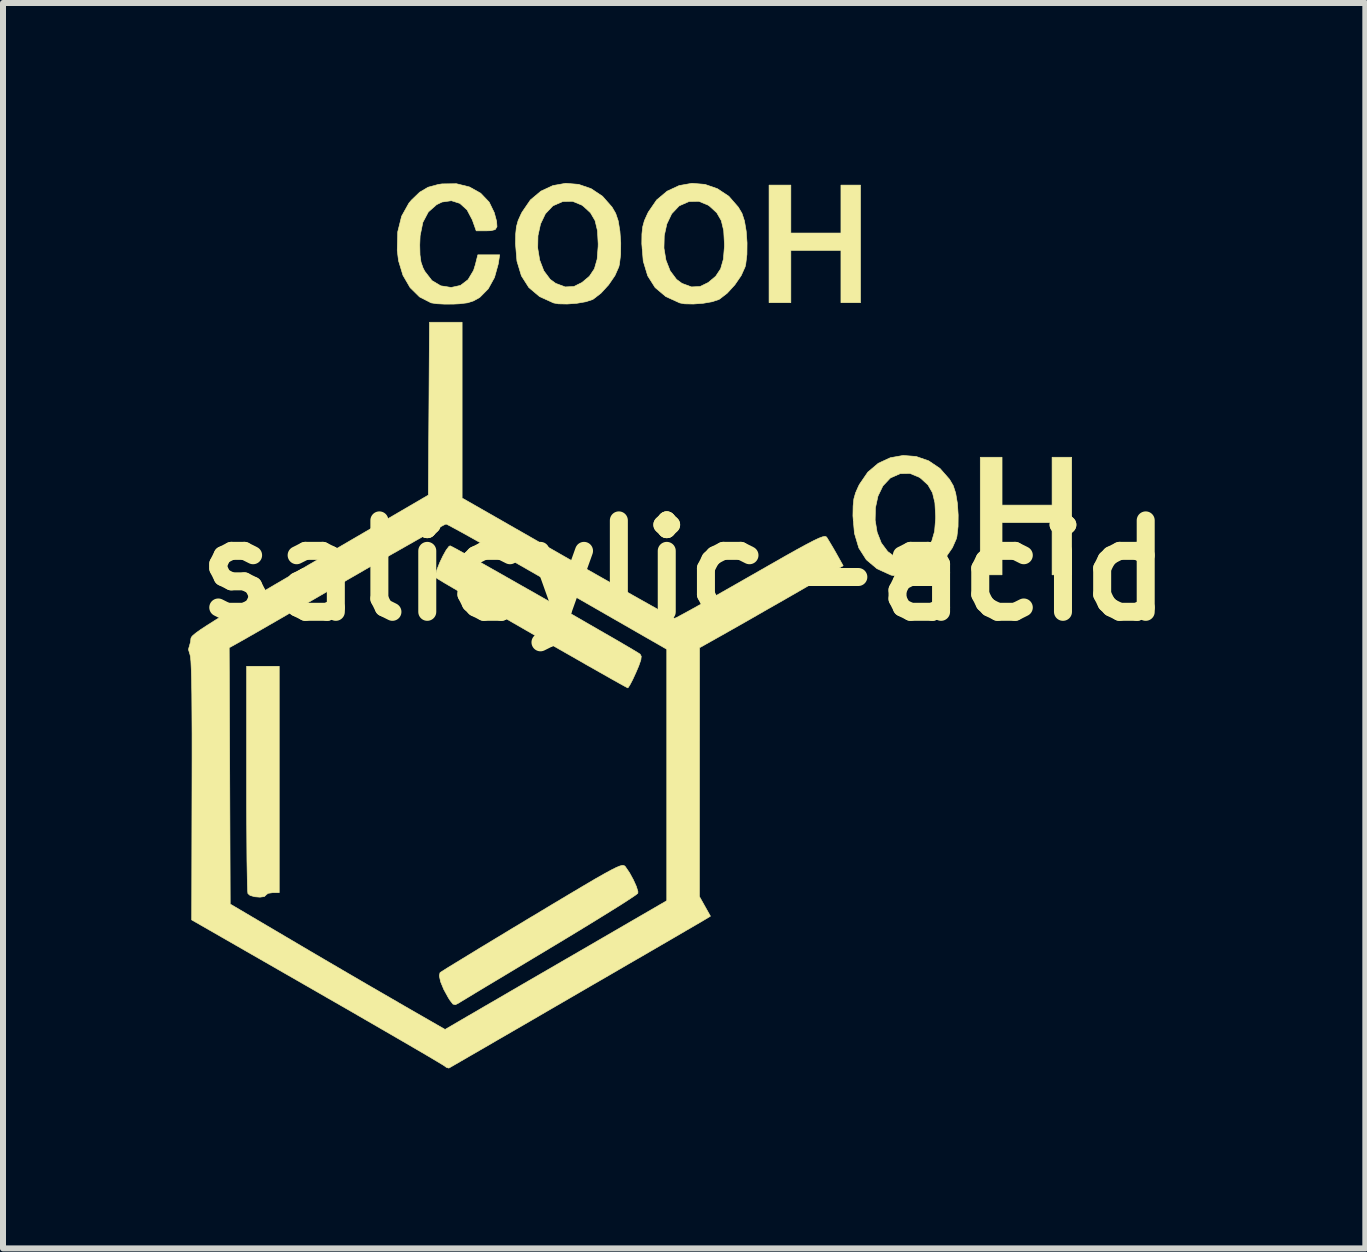
<source format=kicad_pcb>
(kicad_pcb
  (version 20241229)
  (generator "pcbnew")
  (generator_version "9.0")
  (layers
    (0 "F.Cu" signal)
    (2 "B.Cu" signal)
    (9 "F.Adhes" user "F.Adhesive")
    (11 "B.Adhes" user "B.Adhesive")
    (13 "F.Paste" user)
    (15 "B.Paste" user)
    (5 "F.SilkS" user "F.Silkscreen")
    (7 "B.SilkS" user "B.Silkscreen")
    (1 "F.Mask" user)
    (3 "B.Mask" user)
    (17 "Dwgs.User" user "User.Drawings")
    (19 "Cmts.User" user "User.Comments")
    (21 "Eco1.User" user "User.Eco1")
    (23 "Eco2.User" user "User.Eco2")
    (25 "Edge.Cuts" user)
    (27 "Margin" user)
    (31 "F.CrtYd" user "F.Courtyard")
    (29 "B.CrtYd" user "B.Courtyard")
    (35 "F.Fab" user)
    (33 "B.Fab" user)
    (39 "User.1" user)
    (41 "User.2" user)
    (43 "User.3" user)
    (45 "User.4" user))
  (footprint "salicylic-acid"
    (layer "F.Cu")
    (at 8.353 6.458)
    (property "Reference" "salicylic-acid" (at 0 0 0) (layer "F.SilkS") (effects (font (size 1.524 1.524) (thickness 0.3))))
    (attr through_hole)
    (fp_poly (pts (xy 1.778 -5.624) (xy 2.613 -5.624) (xy 2.613 -6.423) (xy 2.939 -6.423) (xy 2.939 -4.463) (xy 2.613 -4.463) (xy 2.613 -5.334) (xy 1.778 -5.334) (xy 1.778 -4.463) (xy 1.415 -4.463) (xy 1.415 -6.423) (xy 1.778 -6.423) (xy 1.778 -5.624)) (stroke (width 0.01) (type solid)) (fill yes) (layer "F.SilkS"))
    (fp_poly (pts (xy 5.298 -1.089) (xy 6.132 -1.089) (xy 6.132 -1.887) (xy 6.459 -1.887) (xy 6.459 0.073) (xy 6.132 0.073) (xy 6.132 -0.798) (xy 5.298 -0.798) (xy 5.298 0.073) (xy 4.935 0.073) (xy 4.935 -1.887) (xy 5.298 -1.887) (xy 5.298 -1.089)) (stroke (width 0.01) (type solid)) (fill yes) (layer "F.SilkS"))
    (fp_poly (pts (xy -6.749 5.37) (xy -6.858 5.37) (xy -6.934 5.381) (xy -6.967 5.406) (xy -6.967 5.407) (xy -6.997 5.435) (xy -7.07 5.445) (xy -7.158 5.438) (xy -7.235 5.416) (xy -7.271 5.385) (xy -7.276 5.339) (xy -7.28 5.227) (xy -7.283 5.056) (xy -7.287 4.835) (xy -7.289 4.568) (xy -7.291 4.265) (xy -7.293 3.931) (xy -7.293 3.574) (xy -7.293 3.462) (xy -7.293 1.597) (xy -6.749 1.597) (xy -6.749 5.37)) (stroke (width 0.01) (type solid)) (fill yes) (layer "F.SilkS"))
    (fp_poly (pts (xy -3.862 -0.392) (xy -3.767 -0.341) (xy -3.625 -0.262) (xy -3.442 -0.16) (xy -3.225 -0.038) (xy -2.983 0.099) (xy -2.723 0.247) (xy -2.451 0.401) (xy -2.176 0.558) (xy -1.904 0.713) (xy -1.644 0.863) (xy -1.403 1.002) (xy -1.187 1.126) (xy -1.005 1.232) (xy -0.864 1.315) (xy -0.771 1.371) (xy -0.734 1.395) (xy -0.715 1.431) (xy -0.722 1.491) (xy -0.757 1.591) (xy -0.803 1.699) (xy -0.859 1.821) (xy -0.907 1.912) (xy -0.936 1.955) (xy -0.94 1.957) (xy -0.975 1.939) (xy -1.066 1.889) (xy -1.209 1.809) (xy -1.396 1.703) (xy -1.622 1.575) (xy -1.88 1.427) (xy -2.165 1.265) (xy -2.471 1.09) (xy -2.536 1.053) (xy -2.845 0.875) (xy -3.136 0.707) (xy -3.402 0.554) (xy -3.636 0.418) (xy -3.834 0.302) (xy -3.988 0.212) (xy -4.092 0.149) (xy -4.141 0.118) (xy -4.144 0.116) (xy -4.145 0.07) (xy -4.119 -0.018) (xy -4.075 -0.129) (xy -4.021 -0.242) (xy -3.967 -0.339) (xy -3.921 -0.4) (xy -3.901 -0.411) (xy -3.862 -0.392)) (stroke (width 0.01) (type solid)) (fill yes) (layer "F.SilkS"))
    (fp_poly (pts (xy -1.004 4.918) (xy -0.987 4.929) (xy -0.98 4.937) (xy -0.911 5.038) (xy -0.847 5.155) (xy -0.797 5.266) (xy -0.771 5.35) (xy -0.772 5.38) (xy -0.806 5.407) (xy -0.896 5.468) (xy -1.036 5.559) (xy -1.22 5.674) (xy -1.441 5.811) (xy -1.694 5.966) (xy -1.971 6.134) (xy -2.237 6.294) (xy -2.533 6.472) (xy -2.813 6.64) (xy -3.069 6.794) (xy -3.295 6.929) (xy -3.484 7.043) (xy -3.629 7.131) (xy -3.725 7.189) (xy -3.762 7.212) (xy -3.814 7.238) (xy -3.854 7.227) (xy -3.901 7.167) (xy -3.929 7.124) (xy -4.006 6.984) (xy -4.059 6.856) (xy -4.081 6.756) (xy -4.069 6.703) (xy -4.032 6.679) (xy -3.939 6.62) (xy -3.797 6.533) (xy -3.61 6.419) (xy -3.386 6.282) (xy -3.131 6.128) (xy -2.85 5.958) (xy -2.551 5.778) (xy -2.535 5.769) (xy -2.191 5.562) (xy -1.903 5.39) (xy -1.667 5.25) (xy -1.477 5.138) (xy -1.327 5.053) (xy -1.213 4.991) (xy -1.129 4.949) (xy -1.07 4.925) (xy -1.03 4.915) (xy -1.004 4.918)) (stroke (width 0.01) (type solid)) (fill yes) (layer "F.SilkS"))
    (fp_poly (pts (xy -3.578 -6.392) (xy -3.392 -6.288) (xy -3.25 -6.139) (xy -3.165 -5.964) (xy -3.126 -5.819) (xy -3.12 -5.729) (xy -3.15 -5.681) (xy -3.224 -5.663) (xy -3.293 -5.661) (xy -3.466 -5.661) (xy -3.531 -5.844) (xy -3.619 -6.01) (xy -3.738 -6.118) (xy -3.88 -6.163) (xy -4.035 -6.141) (xy -4.126 -6.097) (xy -4.264 -5.975) (xy -4.355 -5.803) (xy -4.401 -5.578) (xy -4.407 -5.425) (xy -4.403 -5.259) (xy -4.386 -5.139) (xy -4.352 -5.042) (xy -4.323 -4.986) (xy -4.204 -4.832) (xy -4.056 -4.744) (xy -3.883 -4.717) (xy -3.728 -4.751) (xy -3.602 -4.847) (xy -3.51 -5.001) (xy -3.481 -5.094) (xy -3.439 -5.261) (xy -3.075 -5.261) (xy -3.099 -5.107) (xy -3.161 -4.884) (xy -3.265 -4.695) (xy -3.402 -4.556) (xy -3.417 -4.545) (xy -3.511 -4.493) (xy -3.611 -4.461) (xy -3.743 -4.445) (xy -3.839 -4.44) (xy -3.989 -4.439) (xy -4.124 -4.446) (xy -4.215 -4.46) (xy -4.221 -4.462) (xy -4.41 -4.559) (xy -4.568 -4.715) (xy -4.687 -4.92) (xy -4.761 -5.163) (xy -4.782 -5.336) (xy -4.774 -5.644) (xy -4.709 -5.905) (xy -4.588 -6.122) (xy -4.546 -6.172) (xy -4.408 -6.305) (xy -4.269 -6.387) (xy -4.101 -6.433) (xy -4.036 -6.443) (xy -3.796 -6.446) (xy -3.578 -6.392)) (stroke (width 0.01) (type solid)) (fill yes) (layer "F.SilkS"))
    (fp_poly (pts (xy -1.758 -6.435) (xy -1.55 -6.363) (xy -1.361 -6.237) (xy -1.202 -6.056) (xy -1.141 -5.951) (xy -1.099 -5.826) (xy -1.071 -5.654) (xy -1.057 -5.46) (xy -1.059 -5.268) (xy -1.079 -5.104) (xy -1.089 -5.061) (xy -1.153 -4.916) (xy -1.259 -4.761) (xy -1.386 -4.622) (xy -1.514 -4.523) (xy -1.529 -4.515) (xy -1.638 -4.479) (xy -1.789 -4.453) (xy -1.951 -4.441) (xy -2.096 -4.444) (xy -2.177 -4.459) (xy -2.41 -4.565) (xy -2.588 -4.715) (xy -2.713 -4.911) (xy -2.787 -5.156) (xy -2.805 -5.373) (xy -2.441 -5.373) (xy -2.408 -5.173) (xy -2.339 -4.994) (xy -2.233 -4.852) (xy -2.141 -4.785) (xy -1.983 -4.726) (xy -1.838 -4.733) (xy -1.704 -4.799) (xy -1.579 -4.904) (xy -1.496 -5.028) (xy -1.45 -5.189) (xy -1.434 -5.4) (xy -1.433 -5.443) (xy -1.445 -5.664) (xy -1.485 -5.831) (xy -1.561 -5.961) (xy -1.678 -6.069) (xy -1.707 -6.09) (xy -1.861 -6.153) (xy -2.024 -6.149) (xy -2.182 -6.08) (xy -2.192 -6.073) (xy -2.313 -5.945) (xy -2.394 -5.775) (xy -2.437 -5.579) (xy -2.441 -5.373) (xy -2.805 -5.373) (xy -2.811 -5.445) (xy -2.808 -5.609) (xy -2.796 -5.728) (xy -2.768 -5.83) (xy -2.718 -5.941) (xy -2.702 -5.972) (xy -2.563 -6.175) (xy -2.388 -6.322) (xy -2.188 -6.415) (xy -1.975 -6.453) (xy -1.758 -6.435)) (stroke (width 0.01) (type solid)) (fill yes) (layer "F.SilkS"))
    (fp_poly (pts (xy 0.346 -6.435) (xy 0.554 -6.363) (xy 0.744 -6.237) (xy 0.902 -6.056) (xy 0.964 -5.951) (xy 1.005 -5.826) (xy 1.034 -5.654) (xy 1.048 -5.46) (xy 1.046 -5.268) (xy 1.026 -5.104) (xy 1.016 -5.061) (xy 0.951 -4.916) (xy 0.845 -4.761) (xy 0.718 -4.622) (xy 0.59 -4.523) (xy 0.575 -4.515) (xy 0.466 -4.479) (xy 0.316 -4.453) (xy 0.153 -4.441) (xy 0.008 -4.444) (xy -0.073 -4.459) (xy -0.306 -4.565) (xy -0.484 -4.715) (xy -0.608 -4.911) (xy -0.682 -5.156) (xy -0.7 -5.373) (xy -0.337 -5.373) (xy -0.304 -5.173) (xy -0.234 -4.994) (xy -0.128 -4.852) (xy -0.037 -4.785) (xy 0.122 -4.726) (xy 0.266 -4.733) (xy 0.401 -4.799) (xy 0.526 -4.904) (xy 0.608 -5.028) (xy 0.654 -5.189) (xy 0.671 -5.4) (xy 0.671 -5.443) (xy 0.659 -5.664) (xy 0.619 -5.831) (xy 0.544 -5.961) (xy 0.427 -6.069) (xy 0.397 -6.09) (xy 0.244 -6.153) (xy 0.08 -6.149) (xy -0.077 -6.08) (xy -0.087 -6.073) (xy -0.208 -5.945) (xy -0.289 -5.775) (xy -0.332 -5.579) (xy -0.337 -5.373) (xy -0.7 -5.373) (xy -0.706 -5.445) (xy -0.704 -5.609) (xy -0.691 -5.728) (xy -0.663 -5.83) (xy -0.613 -5.941) (xy -0.598 -5.972) (xy -0.459 -6.175) (xy -0.284 -6.322) (xy -0.084 -6.415) (xy 0.13 -6.453) (xy 0.346 -6.435)) (stroke (width 0.01) (type solid)) (fill yes) (layer "F.SilkS"))
    (fp_poly (pts (xy 3.866 -1.9) (xy 4.074 -1.828) (xy 4.263 -1.701) (xy 4.422 -1.52) (xy 4.484 -1.415) (xy 4.525 -1.29) (xy 4.554 -1.118) (xy 4.567 -0.924) (xy 4.565 -0.733) (xy 4.546 -0.568) (xy 4.535 -0.525) (xy 4.471 -0.38) (xy 4.365 -0.225) (xy 4.238 -0.086) (xy 4.11 0.013) (xy 4.095 0.021) (xy 3.986 0.057) (xy 3.835 0.083) (xy 3.673 0.095) (xy 3.528 0.092) (xy 3.447 0.077) (xy 3.214 -0.029) (xy 3.036 -0.179) (xy 2.911 -0.375) (xy 2.838 -0.62) (xy 2.819 -0.838) (xy 3.183 -0.838) (xy 3.216 -0.637) (xy 3.286 -0.458) (xy 3.392 -0.316) (xy 3.483 -0.249) (xy 3.642 -0.19) (xy 3.786 -0.198) (xy 3.921 -0.263) (xy 4.046 -0.368) (xy 4.128 -0.493) (xy 4.174 -0.653) (xy 4.191 -0.864) (xy 4.191 -0.907) (xy 4.179 -1.128) (xy 4.139 -1.295) (xy 4.064 -1.425) (xy 3.947 -1.533) (xy 3.917 -1.554) (xy 3.764 -1.617) (xy 3.6 -1.614) (xy 3.442 -1.544) (xy 3.432 -1.537) (xy 3.312 -1.409) (xy 3.23 -1.239) (xy 3.188 -1.044) (xy 3.183 -0.838) (xy 2.819 -0.838) (xy 2.813 -0.91) (xy 2.816 -1.074) (xy 2.828 -1.192) (xy 2.857 -1.294) (xy 2.906 -1.405) (xy 2.922 -1.436) (xy 3.061 -1.639) (xy 3.236 -1.787) (xy 3.436 -1.879) (xy 3.65 -1.917) (xy 3.866 -1.9)) (stroke (width 0.01) (type solid)) (fill yes) (layer "F.SilkS"))
    (fp_poly (pts (xy -3.701 -1.207) (xy -1.946 -0.204) (xy -1.619 -0.018) (xy -1.31 0.157) (xy -1.026 0.318) (xy -0.772 0.461) (xy -0.555 0.583) (xy -0.379 0.681) (xy -0.25 0.751) (xy -0.175 0.791) (xy -0.158 0.798) (xy -0.12 0.781) (xy -0.027 0.731) (xy 0.116 0.653) (xy 0.3 0.55) (xy 0.519 0.426) (xy 0.767 0.285) (xy 1.035 0.132) (xy 1.105 0.092) (xy 1.418 -0.087) (xy 1.674 -0.233) (xy 1.879 -0.348) (xy 2.039 -0.435) (xy 2.16 -0.498) (xy 2.247 -0.539) (xy 2.307 -0.561) (xy 2.346 -0.568) (xy 2.368 -0.561) (xy 2.377 -0.552) (xy 2.416 -0.488) (xy 2.477 -0.386) (xy 2.535 -0.285) (xy 2.65 -0.079) (xy 1.897 0.355) (xy 1.652 0.496) (xy 1.397 0.641) (xy 1.15 0.783) (xy 0.927 0.91) (xy 0.745 1.013) (xy 0.7 1.039) (xy 0.256 1.288) (xy 0.255 3.361) (xy 0.254 5.434) (xy 0.346 5.598) (xy 0.438 5.762) (xy 0.319 5.834) (xy 0.275 5.86) (xy 0.175 5.918) (xy 0.025 6.005) (xy -0.168 6.118) (xy -0.399 6.252) (xy -0.66 6.404) (xy -0.946 6.569) (xy -1.25 6.746) (xy -1.565 6.928) (xy -1.885 7.114) (xy -2.204 7.299) (xy -2.515 7.48) (xy -2.812 7.652) (xy -3.089 7.812) (xy -3.338 7.957) (xy -3.555 8.082) (xy -3.731 8.184) (xy -3.861 8.259) (xy -3.922 8.294) (xy -3.962 8.283) (xy -3.985 8.265) (xy -4.023 8.24) (xy -4.118 8.183) (xy -4.266 8.095) (xy -4.461 7.981) (xy -4.698 7.843) (xy -4.971 7.685) (xy -5.275 7.509) (xy -5.605 7.318) (xy -5.956 7.117) (xy -6.117 7.024) (xy -8.208 5.824) (xy -8.203 3.634) (xy -8.202 3.142) (xy -8.202 2.719) (xy -8.204 2.361) (xy -8.206 2.066) (xy -8.21 1.829) (xy -8.215 1.647) (xy -8.221 1.516) (xy -8.229 1.434) (xy -8.238 1.396) (xy -8.239 1.394) (xy -8.262 1.318) (xy -8.255 1.288) (xy -7.583 1.288) (xy -7.574 3.424) (xy -7.566 5.56) (xy -6.55 6.159) (xy -6.255 6.333) (xy -5.936 6.52) (xy -5.611 6.71) (xy -5.297 6.893) (xy -5.01 7.059) (xy -4.768 7.199) (xy -4.759 7.205) (xy -3.985 7.65) (xy -3.598 7.424) (xy -3.485 7.359) (xy -3.318 7.261) (xy -3.105 7.138) (xy -2.855 6.992) (xy -2.576 6.83) (xy -2.277 6.657) (xy -1.967 6.477) (xy -1.751 6.352) (xy -0.29 5.504) (xy -0.29 1.313) (xy -2.109 0.269) (xy -2.443 0.079) (xy -2.757 -0.101) (xy -3.048 -0.266) (xy -3.309 -0.413) (xy -3.535 -0.54) (xy -3.719 -0.642) (xy -3.857 -0.717) (xy -3.942 -0.762) (xy -3.969 -0.774) (xy -4.008 -0.756) (xy -4.103 -0.706) (xy -4.248 -0.625) (xy -4.437 -0.519) (xy -4.664 -0.39) (xy -4.923 -0.243) (xy -5.207 -0.079) (xy -5.509 0.096) (xy -5.534 0.11) (xy -5.847 0.291) (xy -6.15 0.467) (xy -6.435 0.631) (xy -6.694 0.781) (xy -6.92 0.911) (xy -7.105 1.018) (xy -7.242 1.096) (xy -7.32 1.141) (xy -7.583 1.288) (xy -8.255 1.288) (xy -8.252 1.28) (xy -8.227 1.19) (xy -8.221 1.133) (xy -8.213 1.112) (xy -8.187 1.082) (xy -8.138 1.042) (xy -8.062 0.987) (xy -7.955 0.917) (xy -7.813 0.827) (xy -7.631 0.716) (xy -7.405 0.581) (xy -7.131 0.419) (xy -6.805 0.227) (xy -6.421 0.003) (xy -6.241 -0.103) (xy -4.264 -1.256) (xy -4.254 -2.696) (xy -4.245 -4.137) (xy -3.701 -4.137) (xy -3.701 -1.207)) (stroke (width 0.01) (type solid)) (fill yes) (layer "F.SilkS")))
  (gr_rect
    (start -3 -3)
    (end 19.706 17.757)
    (stroke (width 0.1) (type default))
    (fill no)
    (layer "Edge.Cuts")))
</source>
